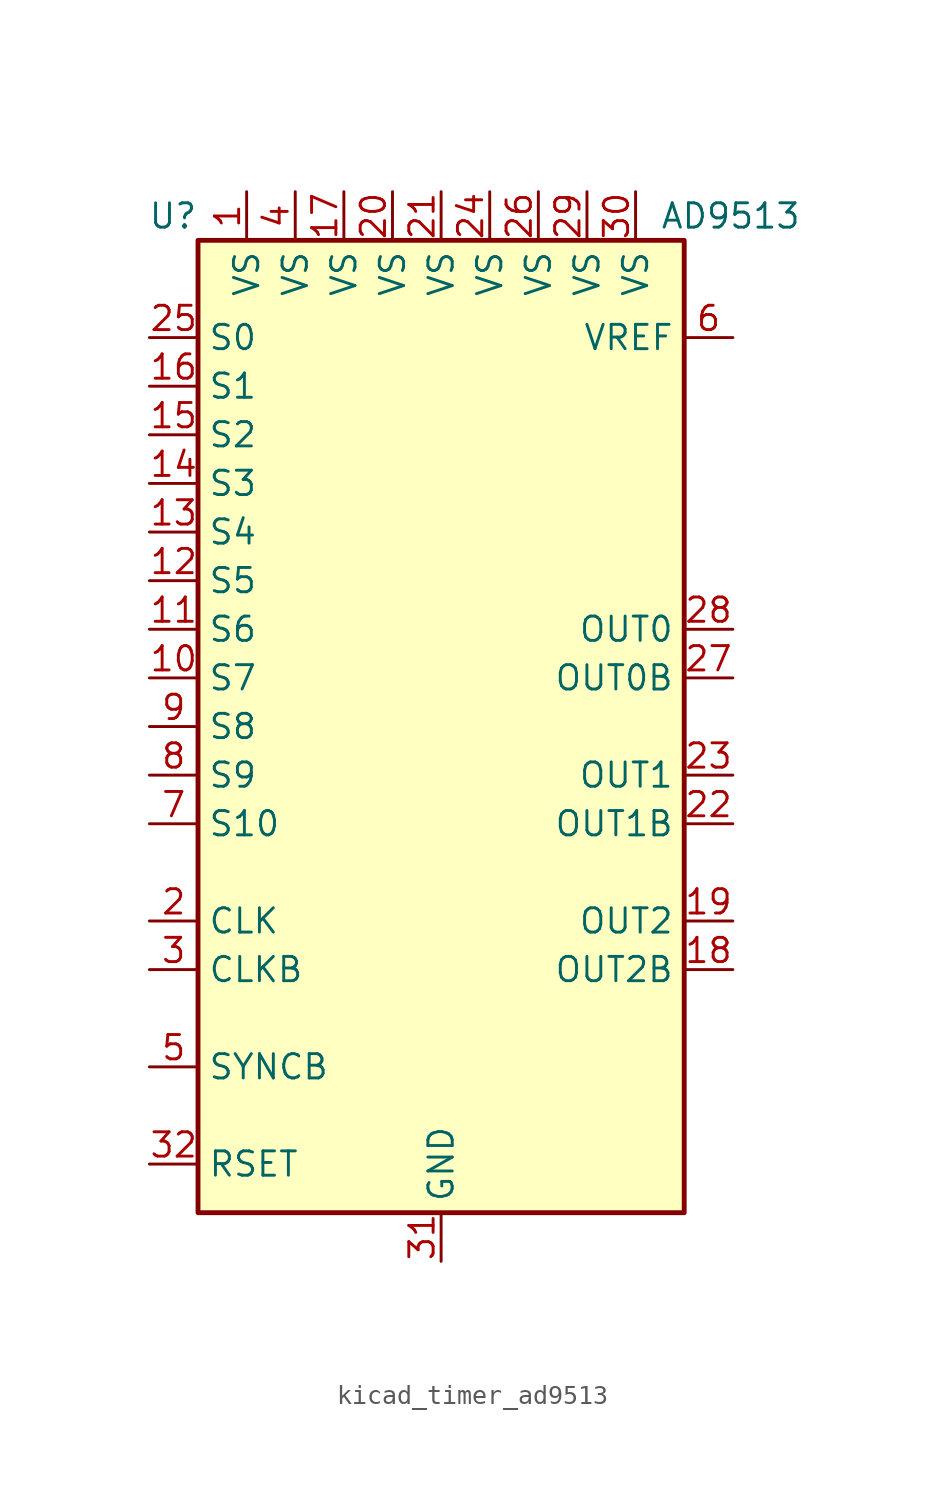
<source format=kicad_sym>
(kicad_symbol_lib
  (version 20220914)
  (generator kicad_symbol_editor)
  (symbol "kicad_timer_ad9513"
    (property "Reference" "U"
      (at -12.7 26.67 0)
      (effects (font (size 1.27 1.27)) (justify right)))
    (property "Value" "AD9513"
      (at 11.43 26.67 0)
      (effects (font (size 1.27 1.27)) (justify left)))
    (symbol "kicad_timer_ad9513_0_1"
      (rectangle (start -12.7 25.4) (end 12.7 -25.4) (stroke (width 0.254) (type default)) (fill (type background))))
    (symbol "kicad_timer_ad9513_1_1"
      (pin power_in line (at -10.16 27.94 270) (length 2.54) (name "VS" (effects (font (size 1.27 1.27)))) (number "1" (effects (font (size 1.27 1.27)))))
      (pin input line (at -15.24 2.54 0) (length 2.54) (name "S7" (effects (font (size 1.27 1.27)))) (number "10" (effects (font (size 1.27 1.27)))))
      (pin input line (at -15.24 5.08 0) (length 2.54) (name "S6" (effects (font (size 1.27 1.27)))) (number "11" (effects (font (size 1.27 1.27)))))
      (pin input line (at -15.24 7.62 0) (length 2.54) (name "S5" (effects (font (size 1.27 1.27)))) (number "12" (effects (font (size 1.27 1.27)))))
      (pin input line (at -15.24 10.16 0) (length 2.54) (name "S4" (effects (font (size 1.27 1.27)))) (number "13" (effects (font (size 1.27 1.27)))))
      (pin input line (at -15.24 12.7 0) (length 2.54) (name "S3" (effects (font (size 1.27 1.27)))) (number "14" (effects (font (size 1.27 1.27)))))
      (pin input line (at -15.24 15.24 0) (length 2.54) (name "S2" (effects (font (size 1.27 1.27)))) (number "15" (effects (font (size 1.27 1.27)))))
      (pin input line (at -15.24 17.78 0) (length 2.54) (name "S1" (effects (font (size 1.27 1.27)))) (number "16" (effects (font (size 1.27 1.27)))))
      (pin power_in line (at -5.08 27.94 270) (length 2.54) (name "VS" (effects (font (size 1.27 1.27)))) (number "17" (effects (font (size 1.27 1.27)))))
      (pin output line (at 15.24 -12.7 180) (length 2.54) (name "OUT2B" (effects (font (size 1.27 1.27)))) (number "18" (effects (font (size 1.27 1.27)))))
      (pin output line (at 15.24 -10.16 180) (length 2.54) (name "OUT2" (effects (font (size 1.27 1.27)))) (number "19" (effects (font (size 1.27 1.27)))))
      (pin input line (at -15.24 -10.16 0) (length 2.54) (name "CLK" (effects (font (size 1.27 1.27)))) (number "2" (effects (font (size 1.27 1.27)))))
      (pin power_in line (at -2.54 27.94 270) (length 2.54) (name "VS" (effects (font (size 1.27 1.27)))) (number "20" (effects (font (size 1.27 1.27)))))
      (pin power_in line (at 0 27.94 270) (length 2.54) (name "VS" (effects (font (size 1.27 1.27)))) (number "21" (effects (font (size 1.27 1.27)))))
      (pin output line (at 15.24 -5.08 180) (length 2.54) (name "OUT1B" (effects (font (size 1.27 1.27)))) (number "22" (effects (font (size 1.27 1.27)))))
      (pin output line (at 15.24 -2.54 180) (length 2.54) (name "OUT1" (effects (font (size 1.27 1.27)))) (number "23" (effects (font (size 1.27 1.27)))))
      (pin power_in line (at 2.54 27.94 270) (length 2.54) (name "VS" (effects (font (size 1.27 1.27)))) (number "24" (effects (font (size 1.27 1.27)))))
      (pin input line (at -15.24 20.32 0) (length 2.54) (name "S0" (effects (font (size 1.27 1.27)))) (number "25" (effects (font (size 1.27 1.27)))))
      (pin power_in line (at 5.08 27.94 270) (length 2.54) (name "VS" (effects (font (size 1.27 1.27)))) (number "26" (effects (font (size 1.27 1.27)))))
      (pin output line (at 15.24 2.54 180) (length 2.54) (name "OUT0B" (effects (font (size 1.27 1.27)))) (number "27" (effects (font (size 1.27 1.27)))))
      (pin output line (at 15.24 5.08 180) (length 2.54) (name "OUT0" (effects (font (size 1.27 1.27)))) (number "28" (effects (font (size 1.27 1.27)))))
      (pin power_in line (at 7.62 27.94 270) (length 2.54) (name "VS" (effects (font (size 1.27 1.27)))) (number "29" (effects (font (size 1.27 1.27)))))
      (pin input line (at -15.24 -12.7 0) (length 2.54) (name "CLKB" (effects (font (size 1.27 1.27)))) (number "3" (effects (font (size 1.27 1.27)))))
      (pin power_in line (at 10.16 27.94 270) (length 2.54) (name "VS" (effects (font (size 1.27 1.27)))) (number "30" (effects (font (size 1.27 1.27)))))
      (pin power_in line (at 0 -27.94 90) (length 2.54) (name "GND" (effects (font (size 1.27 1.27)))) (number "31" (effects (font (size 1.27 1.27)))))
      (pin passive line (at -15.24 -22.86 0) (length 2.54) (name "RSET" (effects (font (size 1.27 1.27)))) (number "32" (effects (font (size 1.27 1.27)))))
      (pin passive line (at 0 -27.94 90) (length 2.54) hide (name "GND" (effects (font (size 1.27 1.27)))) (number "33" (effects (font (size 1.27 1.27)))))
      (pin power_in line (at -7.62 27.94 270) (length 2.54) (name "VS" (effects (font (size 1.27 1.27)))) (number "4" (effects (font (size 1.27 1.27)))))
      (pin input line (at -15.24 -17.78 0) (length 2.54) (name "SYNCB" (effects (font (size 1.27 1.27)))) (number "5" (effects (font (size 1.27 1.27)))))
      (pin power_out line (at 15.24 20.32 180) (length 2.54) (name "VREF" (effects (font (size 1.27 1.27)))) (number "6" (effects (font (size 1.27 1.27)))))
      (pin input line (at -15.24 -5.08 0) (length 2.54) (name "S10" (effects (font (size 1.27 1.27)))) (number "7" (effects (font (size 1.27 1.27)))))
      (pin input line (at -15.24 -2.54 0) (length 2.54) (name "S9" (effects (font (size 1.27 1.27)))) (number "8" (effects (font (size 1.27 1.27)))))
      (pin input line (at -15.24 0 0) (length 2.54) (name "S8" (effects (font (size 1.27 1.27)))) (number "9" (effects (font (size 1.27 1.27))))))))
</source>
